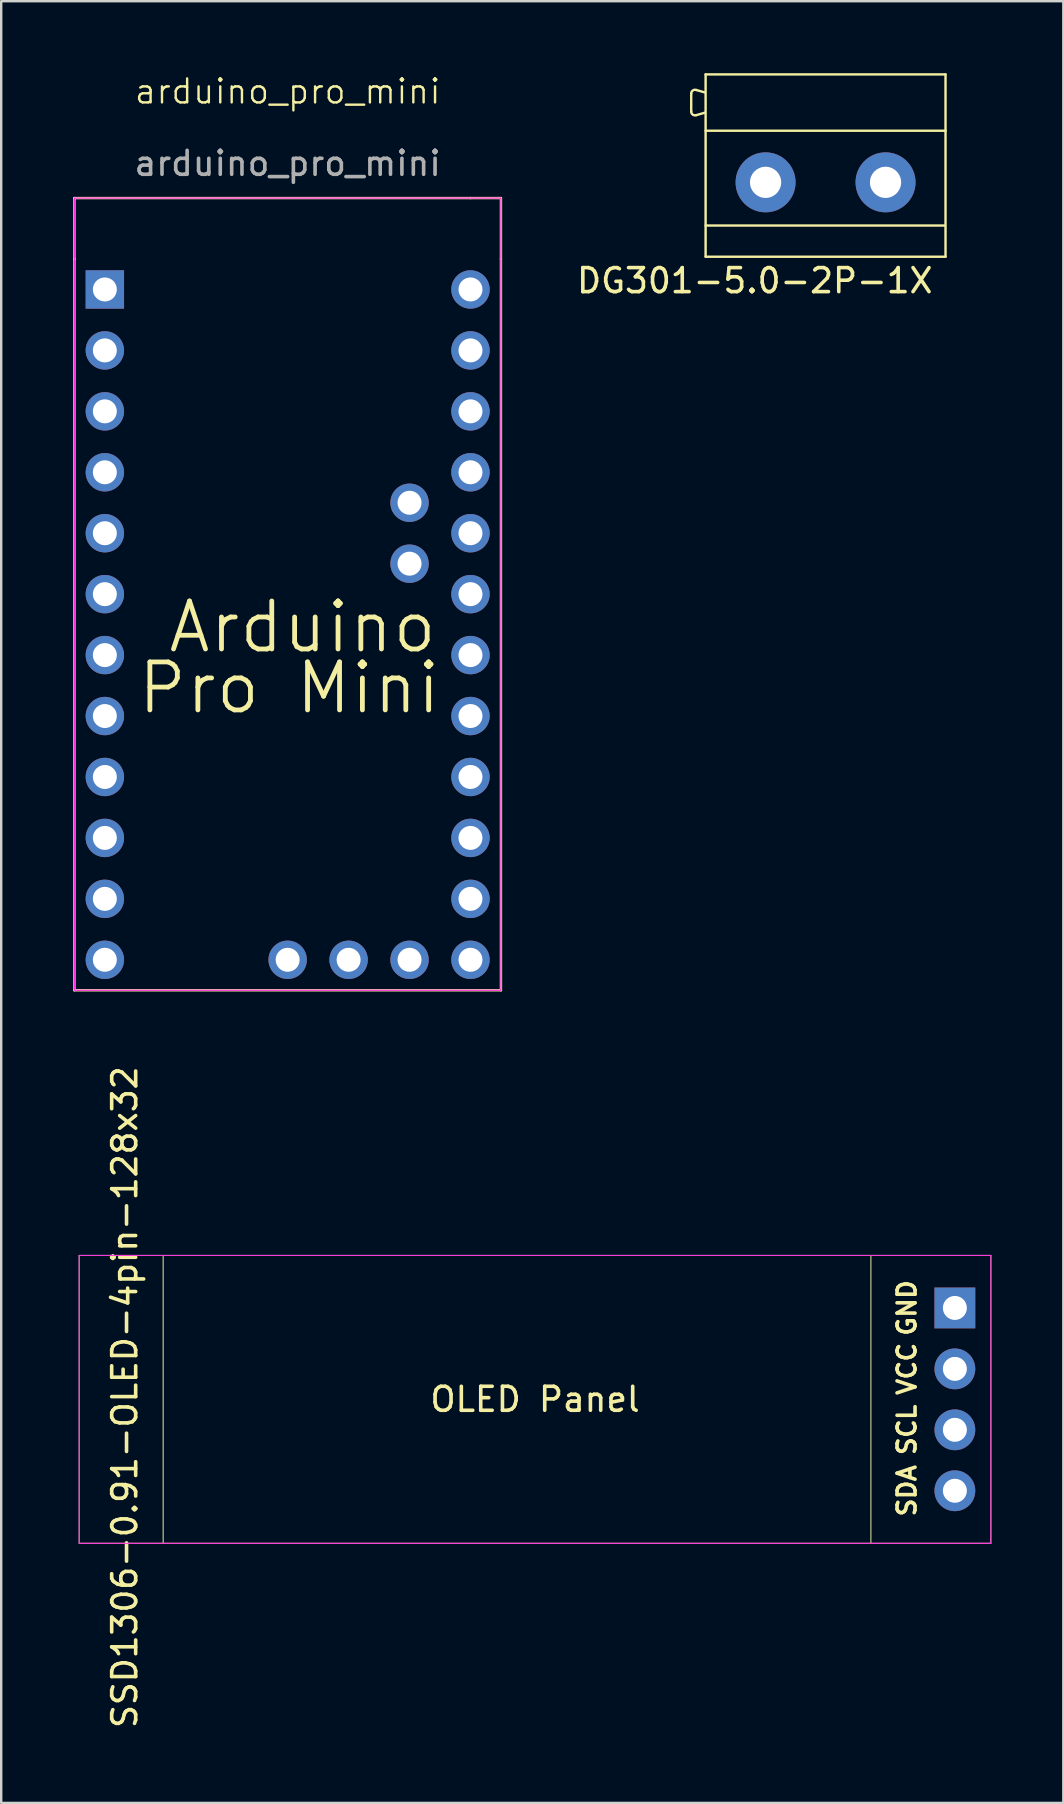
<source format=kicad_pcb>
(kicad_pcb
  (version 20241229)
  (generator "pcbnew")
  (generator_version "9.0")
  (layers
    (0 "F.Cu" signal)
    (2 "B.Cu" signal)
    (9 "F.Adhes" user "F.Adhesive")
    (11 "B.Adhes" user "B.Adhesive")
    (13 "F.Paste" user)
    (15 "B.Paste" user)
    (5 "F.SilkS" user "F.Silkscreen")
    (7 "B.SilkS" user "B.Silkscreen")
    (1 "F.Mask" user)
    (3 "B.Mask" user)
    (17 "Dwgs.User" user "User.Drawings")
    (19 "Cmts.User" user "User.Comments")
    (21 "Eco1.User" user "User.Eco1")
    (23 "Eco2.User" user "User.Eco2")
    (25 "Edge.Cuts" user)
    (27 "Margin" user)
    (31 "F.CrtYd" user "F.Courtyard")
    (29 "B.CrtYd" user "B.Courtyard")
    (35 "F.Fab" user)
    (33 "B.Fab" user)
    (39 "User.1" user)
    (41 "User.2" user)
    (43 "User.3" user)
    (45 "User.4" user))
  (footprint "SSD1306-0.91-OLED-4pin-128x32"
    (layer "F.Cu")
    (at 0.25 49.276)
    (property "Reference" "SSD1306-0.91-OLED-4pin-128x32" (at 1.9 5.91 90) (layer "F.SilkS") (effects (font (size 1 1) (thickness 0.15))))
    (attr through_hole)
    (fp_line (start 0 0) (end 0 12) (stroke (width 0.04) (type solid)) (layer "F.SilkS"))
    (fp_line (start 0 12) (end 38 12) (stroke (width 0.04) (type solid)) (layer "F.SilkS"))
    (fp_line (start 3.5 0) (end 3.5 12) (stroke (width 0.04) (type solid)) (layer "F.SilkS"))
    (fp_line (start 33 0) (end 33 12) (stroke (width 0.04) (type solid)) (layer "F.SilkS"))
    (fp_line (start 38 0) (end 0 0) (stroke (width 0.04) (type solid)) (layer "F.SilkS"))
    (fp_line (start 38 12) (end 38 0) (stroke (width 0.04) (type solid)) (layer "F.SilkS"))
    (fp_line (start 0 0) (end 0 12) (stroke (width 0.04) (type solid)) (layer "F.CrtYd"))
    (fp_line (start 0 12) (end 38 12) (stroke (width 0.04) (type solid)) (layer "F.CrtYd"))
    (fp_line (start 38 0) (end 0 0) (stroke (width 0.04) (type solid)) (layer "F.CrtYd"))
    (fp_line (start 38 12) (end 38 0) (stroke (width 0.04) (type solid)) (layer "F.CrtYd"))
    (fp_text user "SDA" (at 34.5 9.81 270) (layer "F.SilkS") (effects (font (size 0.75 0.75) (thickness 0.15))))
    (fp_text user "SCL" (at 34.5 7.27 270) (layer "F.SilkS") (effects (font (size 0.75 0.75) (thickness 0.15))))
    (fp_text user "GND" (at 34.5 2.19 270) (layer "F.SilkS") (effects (font (size 0.75 0.75) (thickness 0.15))))
    (fp_text user "VCC" (at 34.5 4.73 270) (layer "F.SilkS") (effects (font (size 0.75 0.75) (thickness 0.15))))
    (fp_text user "OLED Panel" (at 19 6 0) (layer "F.SilkS") (effects (font (size 1 1) (thickness 0.15))))
    (pad "1" thru_hole rect (at 36.5 2.19) (size 1.7 1.7) (drill 1) (layers "*.Cu" "*.Mask"))
    (pad "2" thru_hole oval (at 36.5 4.73) (size 1.7 1.7) (drill 1) (layers "*.Cu" "*.Mask"))
    (pad "3" thru_hole oval (at 36.5 7.27) (size 1.7 1.7) (drill 1) (layers "*.Cu" "*.Mask"))
    (pad "4" thru_hole oval (at 36.5 9.81) (size 1.7 1.7) (drill 1) (layers "*.Cu" "*.Mask")))
  (footprint "arduino_pro_mini"
    (layer "F.Cu")
    (at 1.32 9.015)
    (property "Reference" "arduino_pro_mini" (at 7.62 -8.255 0) (unlocked yes) (layer "F.SilkS") (effects (font (size 1 1) (thickness 0.1))))
    (attr through_hole)
    (fp_line (start -1.27 -3.81) (end -1.27 -1.27) (stroke (width 0.1) (type default)) (layer "F.SilkS"))
    (fp_line (start -1.27 29.21) (end -1.27 -1.27) (stroke (width 0.1) (type default)) (layer "F.SilkS"))
    (fp_line (start 15.24 -3.81) (end -1.27 -3.81) (stroke (width 0.1) (type default)) (layer "F.SilkS"))
    (fp_line (start 15.24 -3.81) (end 16.51 -3.81) (stroke (width 0.1) (type default)) (layer "F.SilkS"))
    (fp_line (start 16.51 -3.81) (end 16.51 -1.27) (stroke (width 0.1) (type default)) (layer "F.SilkS"))
    (fp_line (start 16.51 -1.27) (end 16.51 29.21) (stroke (width 0.1) (type default)) (layer "F.SilkS"))
    (fp_line (start 16.51 29.21) (end -1.27 29.21) (stroke (width 0.1) (type default)) (layer "F.SilkS"))
    (fp_rect (start -1.27 29.21) (end 16.51 -3.81) (stroke (width 0.05) (type default)) (fill no) (layer "F.CrtYd"))
    (fp_text user "Pro Mini" (at 1.27 17.78 0) (unlocked yes) (layer "F.SilkS") (effects (font (size 2 2) (thickness 0.2) (bold yes)) (justify left bottom)))
    (fp_text user "Arduino" (at 2.54 15.24 0) (unlocked yes) (layer "F.SilkS") (effects (font (size 2 2) (thickness 0.2) (bold yes)) (justify left bottom)))
    (fp_text user "${REFERENCE}" (at 7.62 -5.255 0) (unlocked yes) (layer "F.Fab") (effects (font (size 1 1) (thickness 0.15))))
    (pad "1" thru_hole rect (at 0 0) (size 1.6 1.6) (drill 1) (layers "*.Cu" "*.Mask"))
    (pad "2" thru_hole circle (at 0 2.54) (size 1.6 1.6) (drill 1) (layers "*.Cu" "*.Mask"))
    (pad "3" thru_hole circle (at 0 5.08) (size 1.6 1.6) (drill 1) (layers "*.Cu" "*.Mask"))
    (pad "4" thru_hole circle (at 0 7.62) (size 1.6 1.6) (drill 1) (layers "*.Cu" "*.Mask"))
    (pad "5" thru_hole circle (at 0 10.16) (size 1.6 1.6) (drill 1) (layers "*.Cu" "*.Mask"))
    (pad "6" thru_hole circle (at 0 12.7) (size 1.6 1.6) (drill 1) (layers "*.Cu" "*.Mask"))
    (pad "7" thru_hole circle (at 0 15.24) (size 1.6 1.6) (drill 1) (layers "*.Cu" "*.Mask"))
    (pad "8" thru_hole circle (at 0 17.78) (size 1.6 1.6) (drill 1) (layers "*.Cu" "*.Mask"))
    (pad "9" thru_hole circle (at 0 20.32) (size 1.6 1.6) (drill 1) (layers "*.Cu" "*.Mask"))
    (pad "10" thru_hole circle (at 0 22.86) (size 1.6 1.6) (drill 1) (layers "*.Cu" "*.Mask"))
    (pad "11" thru_hole circle (at 0 25.4) (size 1.6 1.6) (drill 1) (layers "*.Cu" "*.Mask"))
    (pad "12" thru_hole circle (at 0 27.94) (size 1.6 1.6) (drill 1) (layers "*.Cu" "*.Mask"))
    (pad "13" thru_hole circle (at 7.62 27.94) (size 1.6 1.6) (drill 1) (layers "*.Cu" "*.Mask"))
    (pad "14" thru_hole circle (at 10.16 27.94) (size 1.6 1.6) (drill 1) (layers "*.Cu" "*.Mask"))
    (pad "15" thru_hole circle (at 12.7 27.94) (size 1.6 1.6) (drill 1) (layers "*.Cu" "*.Mask"))
    (pad "16" thru_hole circle (at 15.24 27.94) (size 1.6 1.6) (drill 1) (layers "*.Cu" "*.Mask"))
    (pad "17" thru_hole circle (at 15.24 25.4) (size 1.6 1.6) (drill 1) (layers "*.Cu" "*.Mask"))
    (pad "18" thru_hole circle (at 15.24 22.86) (size 1.6 1.6) (drill 1) (layers "*.Cu" "*.Mask"))
    (pad "19" thru_hole circle (at 15.24 20.32) (size 1.6 1.6) (drill 1) (layers "*.Cu" "*.Mask"))
    (pad "20" thru_hole circle (at 15.24 17.78) (size 1.6 1.6) (drill 1) (layers "*.Cu" "*.Mask"))
    (pad "21" thru_hole circle (at 15.24 15.24) (size 1.6 1.6) (drill 1) (layers "*.Cu" "*.Mask"))
    (pad "22" thru_hole circle (at 15.24 12.7) (size 1.6 1.6) (drill 1) (layers "*.Cu" "*.Mask"))
    (pad "23" thru_hole circle (at 12.7 11.43) (size 1.6 1.6) (drill 1) (layers "*.Cu" "*.Mask"))
    (pad "24" thru_hole circle (at 15.24 10.16) (size 1.6 1.6) (drill 1) (layers "*.Cu" "*.Mask"))
    (pad "25" thru_hole circle (at 12.7 8.89) (size 1.6 1.6) (drill 1) (layers "*.Cu" "*.Mask"))
    (pad "26" thru_hole circle (at 15.24 7.62) (size 1.6 1.6) (drill 1) (layers "*.Cu" "*.Mask"))
    (pad "27" thru_hole circle (at 15.24 5.08) (size 1.6 1.6) (drill 1) (layers "*.Cu" "*.Mask"))
    (pad "28" thru_hole circle (at 15.24 2.54) (size 1.6 1.6) (drill 1) (layers "*.Cu" "*.Mask"))
    (pad "29" thru_hole circle (at 15.24 0) (size 1.6 1.6) (drill 1) (layers "*.Cu" "*.Mask")))
  (footprint "DG301-5.0-2P-1X"
    (layer "F.Cu")
    (at 31.36 4.55)
    (property "Reference" "DG301-5.0-2P-1X" (at -2.95 4.1 0) (layer "F.SilkS") (effects (font (size 1 1) (thickness 0.15))))
    (attr through_hole)
    (fp_line (start -5.6 -3.7) (end -5.6 -2.95) (stroke (width 0.1) (type solid)) (layer "F.SilkS"))
    (fp_line (start -5.042 -3.75) (end -5.392 -3.85) (stroke (width 0.1) (type solid)) (layer "F.SilkS"))
    (fp_line (start -5.042 -2.9) (end -5.392 -2.8) (stroke (width 0.1) (type solid)) (layer "F.SilkS"))
    (fp_line (start -5 -4.5) (end -5 3.1) (stroke (width 0.1) (type solid)) (layer "F.SilkS"))
    (fp_line (start -5 -2.15) (end 5 -2.15) (stroke (width 0.1) (type solid)) (layer "F.SilkS"))
    (fp_line (start -5 1.8) (end 4.95 1.8) (stroke (width 0.1) (type solid)) (layer "F.SilkS"))
    (fp_line (start -5 3.1) (end 5 3.1) (stroke (width 0.1) (type solid)) (layer "F.SilkS"))
    (fp_line (start 5 -4.5) (end -5 -4.5) (stroke (width 0.1) (type solid)) (layer "F.SilkS"))
    (fp_line (start 5 3.1) (end 5 -4.5) (stroke (width 0.1) (type solid)) (layer "F.SilkS"))
    (fp_arc (start -5.6 -3.7) (mid -5.534338 -3.828268) (end -5.391888 -3.85) (stroke (width 0.1) (type solid)) (layer "F.SilkS"))
    (fp_arc (start -5.391888 -2.8) (mid -5.534338 -2.821732) (end -5.6 -2.95) (stroke (width 0.1) (type solid)) (layer "F.SilkS"))
    (pad "1" thru_hole circle (at -2.5 0) (size 2.5 2.5) (drill 1.3) (layers "*.Cu" "*.Mask"))
    (pad "2" thru_hole circle (at 2.5 0) (size 2.5 2.5) (drill 1.3) (layers "*.Cu" "*.Mask")))
  (gr_rect
    (start -3 -3)
    (end 41.27 72.097)
    (stroke (width 0.1) (type default))
    (fill no)
    (layer "Edge.Cuts")))
</source>
